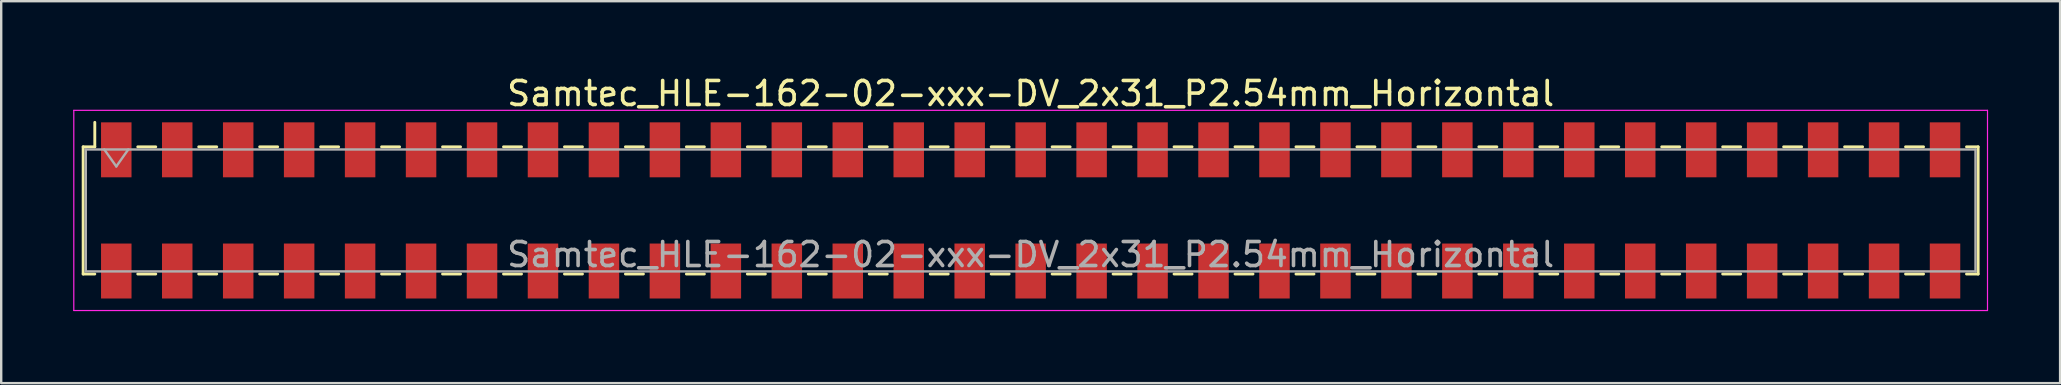
<source format=kicad_pcb>
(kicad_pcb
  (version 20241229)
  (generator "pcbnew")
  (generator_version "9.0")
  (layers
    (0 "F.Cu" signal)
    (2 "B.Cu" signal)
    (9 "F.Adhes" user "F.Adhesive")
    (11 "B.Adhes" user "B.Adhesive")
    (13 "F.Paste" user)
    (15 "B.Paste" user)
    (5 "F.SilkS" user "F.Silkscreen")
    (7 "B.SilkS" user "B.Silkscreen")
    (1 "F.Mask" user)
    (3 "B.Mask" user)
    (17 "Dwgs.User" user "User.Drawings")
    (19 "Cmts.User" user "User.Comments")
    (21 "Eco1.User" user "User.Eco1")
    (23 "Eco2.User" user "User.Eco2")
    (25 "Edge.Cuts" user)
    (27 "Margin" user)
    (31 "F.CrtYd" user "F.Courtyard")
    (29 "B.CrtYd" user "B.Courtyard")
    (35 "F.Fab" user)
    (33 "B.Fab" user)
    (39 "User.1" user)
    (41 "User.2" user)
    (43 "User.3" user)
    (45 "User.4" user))
  (footprint "Samtec_HLE-162-02-xxx-DV_2x31_P2.54mm_Horizontal"
    (layer "F.Cu")
    (at 39.895 5.718)
    (property "Reference" "Samtec_HLE-162-02-xxx-DV_2x31_P2.54mm_Horizontal" (at 0 -4.87 0) (layer "F.SilkS") (effects (font (size 1 1) (thickness 0.15))))
    (attr smd)
    (fp_line (start -39.48 -2.65) (end -39.48 2.65) (stroke (width 0.12) (type solid)) (layer "F.SilkS"))
    (fp_line (start -39.48 2.65) (end -38.995 2.65) (stroke (width 0.12) (type solid)) (layer "F.SilkS"))
    (fp_line (start -38.995 -3.67) (end -38.995 -2.65) (stroke (width 0.12) (type solid)) (layer "F.SilkS"))
    (fp_line (start -38.995 -2.65) (end -39.48 -2.65) (stroke (width 0.12) (type solid)) (layer "F.SilkS"))
    (fp_line (start -37.205 -2.65) (end -36.455 -2.65) (stroke (width 0.12) (type solid)) (layer "F.SilkS"))
    (fp_line (start -37.205 2.65) (end -36.455 2.65) (stroke (width 0.12) (type solid)) (layer "F.SilkS"))
    (fp_line (start -34.665 -2.65) (end -33.915 -2.65) (stroke (width 0.12) (type solid)) (layer "F.SilkS"))
    (fp_line (start -34.665 2.65) (end -33.915 2.65) (stroke (width 0.12) (type solid)) (layer "F.SilkS"))
    (fp_line (start -32.125 -2.65) (end -31.375 -2.65) (stroke (width 0.12) (type solid)) (layer "F.SilkS"))
    (fp_line (start -32.125 2.65) (end -31.375 2.65) (stroke (width 0.12) (type solid)) (layer "F.SilkS"))
    (fp_line (start -29.585 -2.65) (end -28.835 -2.65) (stroke (width 0.12) (type solid)) (layer "F.SilkS"))
    (fp_line (start -29.585 2.65) (end -28.835 2.65) (stroke (width 0.12) (type solid)) (layer "F.SilkS"))
    (fp_line (start -27.045 -2.65) (end -26.295 -2.65) (stroke (width 0.12) (type solid)) (layer "F.SilkS"))
    (fp_line (start -27.045 2.65) (end -26.295 2.65) (stroke (width 0.12) (type solid)) (layer "F.SilkS"))
    (fp_line (start -24.505 -2.65) (end -23.755 -2.65) (stroke (width 0.12) (type solid)) (layer "F.SilkS"))
    (fp_line (start -24.505 2.65) (end -23.755 2.65) (stroke (width 0.12) (type solid)) (layer "F.SilkS"))
    (fp_line (start -21.965 -2.65) (end -21.215 -2.65) (stroke (width 0.12) (type solid)) (layer "F.SilkS"))
    (fp_line (start -21.965 2.65) (end -21.215 2.65) (stroke (width 0.12) (type solid)) (layer "F.SilkS"))
    (fp_line (start -19.425 -2.65) (end -18.675 -2.65) (stroke (width 0.12) (type solid)) (layer "F.SilkS"))
    (fp_line (start -19.425 2.65) (end -18.675 2.65) (stroke (width 0.12) (type solid)) (layer "F.SilkS"))
    (fp_line (start -16.885 -2.65) (end -16.135 -2.65) (stroke (width 0.12) (type solid)) (layer "F.SilkS"))
    (fp_line (start -16.885 2.65) (end -16.135 2.65) (stroke (width 0.12) (type solid)) (layer "F.SilkS"))
    (fp_line (start -14.345 -2.65) (end -13.595 -2.65) (stroke (width 0.12) (type solid)) (layer "F.SilkS"))
    (fp_line (start -14.345 2.65) (end -13.595 2.65) (stroke (width 0.12) (type solid)) (layer "F.SilkS"))
    (fp_line (start -11.805 -2.65) (end -11.055 -2.65) (stroke (width 0.12) (type solid)) (layer "F.SilkS"))
    (fp_line (start -11.805 2.65) (end -11.055 2.65) (stroke (width 0.12) (type solid)) (layer "F.SilkS"))
    (fp_line (start -9.265 -2.65) (end -8.515 -2.65) (stroke (width 0.12) (type solid)) (layer "F.SilkS"))
    (fp_line (start -9.265 2.65) (end -8.515 2.65) (stroke (width 0.12) (type solid)) (layer "F.SilkS"))
    (fp_line (start -6.725 -2.65) (end -5.975 -2.65) (stroke (width 0.12) (type solid)) (layer "F.SilkS"))
    (fp_line (start -6.725 2.65) (end -5.975 2.65) (stroke (width 0.12) (type solid)) (layer "F.SilkS"))
    (fp_line (start -4.185 -2.65) (end -3.435 -2.65) (stroke (width 0.12) (type solid)) (layer "F.SilkS"))
    (fp_line (start -4.185 2.65) (end -3.435 2.65) (stroke (width 0.12) (type solid)) (layer "F.SilkS"))
    (fp_line (start -1.645 -2.65) (end -0.895 -2.65) (stroke (width 0.12) (type solid)) (layer "F.SilkS"))
    (fp_line (start -1.645 2.65) (end -0.895 2.65) (stroke (width 0.12) (type solid)) (layer "F.SilkS"))
    (fp_line (start 0.895 -2.65) (end 1.645 -2.65) (stroke (width 0.12) (type solid)) (layer "F.SilkS"))
    (fp_line (start 0.895 2.65) (end 1.645 2.65) (stroke (width 0.12) (type solid)) (layer "F.SilkS"))
    (fp_line (start 3.435 -2.65) (end 4.185 -2.65) (stroke (width 0.12) (type solid)) (layer "F.SilkS"))
    (fp_line (start 3.435 2.65) (end 4.185 2.65) (stroke (width 0.12) (type solid)) (layer "F.SilkS"))
    (fp_line (start 5.975 -2.65) (end 6.725 -2.65) (stroke (width 0.12) (type solid)) (layer "F.SilkS"))
    (fp_line (start 5.975 2.65) (end 6.725 2.65) (stroke (width 0.12) (type solid)) (layer "F.SilkS"))
    (fp_line (start 8.515 -2.65) (end 9.265 -2.65) (stroke (width 0.12) (type solid)) (layer "F.SilkS"))
    (fp_line (start 8.515 2.65) (end 9.265 2.65) (stroke (width 0.12) (type solid)) (layer "F.SilkS"))
    (fp_line (start 11.055 -2.65) (end 11.805 -2.65) (stroke (width 0.12) (type solid)) (layer "F.SilkS"))
    (fp_line (start 11.055 2.65) (end 11.805 2.65) (stroke (width 0.12) (type solid)) (layer "F.SilkS"))
    (fp_line (start 13.595 -2.65) (end 14.345 -2.65) (stroke (width 0.12) (type solid)) (layer "F.SilkS"))
    (fp_line (start 13.595 2.65) (end 14.345 2.65) (stroke (width 0.12) (type solid)) (layer "F.SilkS"))
    (fp_line (start 16.135 -2.65) (end 16.885 -2.65) (stroke (width 0.12) (type solid)) (layer "F.SilkS"))
    (fp_line (start 16.135 2.65) (end 16.885 2.65) (stroke (width 0.12) (type solid)) (layer "F.SilkS"))
    (fp_line (start 18.675 -2.65) (end 19.425 -2.65) (stroke (width 0.12) (type solid)) (layer "F.SilkS"))
    (fp_line (start 18.675 2.65) (end 19.425 2.65) (stroke (width 0.12) (type solid)) (layer "F.SilkS"))
    (fp_line (start 21.215 -2.65) (end 21.965 -2.65) (stroke (width 0.12) (type solid)) (layer "F.SilkS"))
    (fp_line (start 21.215 2.65) (end 21.965 2.65) (stroke (width 0.12) (type solid)) (layer "F.SilkS"))
    (fp_line (start 23.755 -2.65) (end 24.505 -2.65) (stroke (width 0.12) (type solid)) (layer "F.SilkS"))
    (fp_line (start 23.755 2.65) (end 24.505 2.65) (stroke (width 0.12) (type solid)) (layer "F.SilkS"))
    (fp_line (start 26.295 -2.65) (end 27.045 -2.65) (stroke (width 0.12) (type solid)) (layer "F.SilkS"))
    (fp_line (start 26.295 2.65) (end 27.045 2.65) (stroke (width 0.12) (type solid)) (layer "F.SilkS"))
    (fp_line (start 28.835 -2.65) (end 29.585 -2.65) (stroke (width 0.12) (type solid)) (layer "F.SilkS"))
    (fp_line (start 28.835 2.65) (end 29.585 2.65) (stroke (width 0.12) (type solid)) (layer "F.SilkS"))
    (fp_line (start 31.375 -2.65) (end 32.125 -2.65) (stroke (width 0.12) (type solid)) (layer "F.SilkS"))
    (fp_line (start 31.375 2.65) (end 32.125 2.65) (stroke (width 0.12) (type solid)) (layer "F.SilkS"))
    (fp_line (start 33.915 -2.65) (end 34.665 -2.65) (stroke (width 0.12) (type solid)) (layer "F.SilkS"))
    (fp_line (start 33.915 2.65) (end 34.665 2.65) (stroke (width 0.12) (type solid)) (layer "F.SilkS"))
    (fp_line (start 36.455 -2.65) (end 37.205 -2.65) (stroke (width 0.12) (type solid)) (layer "F.SilkS"))
    (fp_line (start 36.455 2.65) (end 37.205 2.65) (stroke (width 0.12) (type solid)) (layer "F.SilkS"))
    (fp_line (start 38.995 -2.65) (end 39.48 -2.65) (stroke (width 0.12) (type solid)) (layer "F.SilkS"))
    (fp_line (start 39.48 -2.65) (end 39.48 2.65) (stroke (width 0.12) (type solid)) (layer "F.SilkS"))
    (fp_line (start 39.48 2.65) (end 38.995 2.65) (stroke (width 0.12) (type solid)) (layer "F.SilkS"))
    (fp_line (start -39.87 -4.17) (end 39.87 -4.17) (stroke (width 0.05) (type solid)) (layer "F.CrtYd"))
    (fp_line (start -39.87 4.17) (end -39.87 -4.17) (stroke (width 0.05) (type solid)) (layer "F.CrtYd"))
    (fp_line (start 39.87 -4.17) (end 39.87 4.17) (stroke (width 0.05) (type solid)) (layer "F.CrtYd"))
    (fp_line (start 39.87 4.17) (end -39.87 4.17) (stroke (width 0.05) (type solid)) (layer "F.CrtYd"))
    (fp_line (start -39.37 -2.54) (end 39.37 -2.54) (stroke (width 0.1) (type solid)) (layer "F.Fab"))
    (fp_line (start -39.37 2.54) (end -39.37 -2.54) (stroke (width 0.1) (type solid)) (layer "F.Fab"))
    (fp_line (start -38.6 -2.54) (end -38.1 -1.833) (stroke (width 0.1) (type solid)) (layer "F.Fab"))
    (fp_line (start -38.1 -1.833) (end -37.6 -2.54) (stroke (width 0.1) (type solid)) (layer "F.Fab"))
    (fp_line (start 39.37 -2.54) (end 39.37 2.54) (stroke (width 0.1) (type solid)) (layer "F.Fab"))
    (fp_line (start 39.37 2.54) (end -39.37 2.54) (stroke (width 0.1) (type solid)) (layer "F.Fab"))
    (fp_text user "${REFERENCE}" (at 0 1.84 0) (layer "F.Fab") (effects (font (size 1 1) (thickness 0.15))))
    (pad "1" smd rect (at -38.1 -2.525) (size 1.27 2.29) (layers "F.Cu" "F.Mask" "F.Paste"))
    (pad "2" smd rect (at -38.1 2.525) (size 1.27 2.29) (layers "F.Cu" "F.Mask" "F.Paste"))
    (pad "3" smd rect (at -35.56 -2.525) (size 1.27 2.29) (layers "F.Cu" "F.Mask" "F.Paste"))
    (pad "4" smd rect (at -35.56 2.525) (size 1.27 2.29) (layers "F.Cu" "F.Mask" "F.Paste"))
    (pad "5" smd rect (at -33.02 -2.525) (size 1.27 2.29) (layers "F.Cu" "F.Mask" "F.Paste"))
    (pad "6" smd rect (at -33.02 2.525) (size 1.27 2.29) (layers "F.Cu" "F.Mask" "F.Paste"))
    (pad "7" smd rect (at -30.48 -2.525) (size 1.27 2.29) (layers "F.Cu" "F.Mask" "F.Paste"))
    (pad "8" smd rect (at -30.48 2.525) (size 1.27 2.29) (layers "F.Cu" "F.Mask" "F.Paste"))
    (pad "9" smd rect (at -27.94 -2.525) (size 1.27 2.29) (layers "F.Cu" "F.Mask" "F.Paste"))
    (pad "10" smd rect (at -27.94 2.525) (size 1.27 2.29) (layers "F.Cu" "F.Mask" "F.Paste"))
    (pad "11" smd rect (at -25.4 -2.525) (size 1.27 2.29) (layers "F.Cu" "F.Mask" "F.Paste"))
    (pad "12" smd rect (at -25.4 2.525) (size 1.27 2.29) (layers "F.Cu" "F.Mask" "F.Paste"))
    (pad "13" smd rect (at -22.86 -2.525) (size 1.27 2.29) (layers "F.Cu" "F.Mask" "F.Paste"))
    (pad "14" smd rect (at -22.86 2.525) (size 1.27 2.29) (layers "F.Cu" "F.Mask" "F.Paste"))
    (pad "15" smd rect (at -20.32 -2.525) (size 1.27 2.29) (layers "F.Cu" "F.Mask" "F.Paste"))
    (pad "16" smd rect (at -20.32 2.525) (size 1.27 2.29) (layers "F.Cu" "F.Mask" "F.Paste"))
    (pad "17" smd rect (at -17.78 -2.525) (size 1.27 2.29) (layers "F.Cu" "F.Mask" "F.Paste"))
    (pad "18" smd rect (at -17.78 2.525) (size 1.27 2.29) (layers "F.Cu" "F.Mask" "F.Paste"))
    (pad "19" smd rect (at -15.24 -2.525) (size 1.27 2.29) (layers "F.Cu" "F.Mask" "F.Paste"))
    (pad "20" smd rect (at -15.24 2.525) (size 1.27 2.29) (layers "F.Cu" "F.Mask" "F.Paste"))
    (pad "21" smd rect (at -12.7 -2.525) (size 1.27 2.29) (layers "F.Cu" "F.Mask" "F.Paste"))
    (pad "22" smd rect (at -12.7 2.525) (size 1.27 2.29) (layers "F.Cu" "F.Mask" "F.Paste"))
    (pad "23" smd rect (at -10.16 -2.525) (size 1.27 2.29) (layers "F.Cu" "F.Mask" "F.Paste"))
    (pad "24" smd rect (at -10.16 2.525) (size 1.27 2.29) (layers "F.Cu" "F.Mask" "F.Paste"))
    (pad "25" smd rect (at -7.62 -2.525) (size 1.27 2.29) (layers "F.Cu" "F.Mask" "F.Paste"))
    (pad "26" smd rect (at -7.62 2.525) (size 1.27 2.29) (layers "F.Cu" "F.Mask" "F.Paste"))
    (pad "27" smd rect (at -5.08 -2.525) (size 1.27 2.29) (layers "F.Cu" "F.Mask" "F.Paste"))
    (pad "28" smd rect (at -5.08 2.525) (size 1.27 2.29) (layers "F.Cu" "F.Mask" "F.Paste"))
    (pad "29" smd rect (at -2.54 -2.525) (size 1.27 2.29) (layers "F.Cu" "F.Mask" "F.Paste"))
    (pad "30" smd rect (at -2.54 2.525) (size 1.27 2.29) (layers "F.Cu" "F.Mask" "F.Paste"))
    (pad "31" smd rect (at 0 -2.525) (size 1.27 2.29) (layers "F.Cu" "F.Mask" "F.Paste"))
    (pad "32" smd rect (at 0 2.525) (size 1.27 2.29) (layers "F.Cu" "F.Mask" "F.Paste"))
    (pad "33" smd rect (at 2.54 -2.525) (size 1.27 2.29) (layers "F.Cu" "F.Mask" "F.Paste"))
    (pad "34" smd rect (at 2.54 2.525) (size 1.27 2.29) (layers "F.Cu" "F.Mask" "F.Paste"))
    (pad "35" smd rect (at 5.08 -2.525) (size 1.27 2.29) (layers "F.Cu" "F.Mask" "F.Paste"))
    (pad "36" smd rect (at 5.08 2.525) (size 1.27 2.29) (layers "F.Cu" "F.Mask" "F.Paste"))
    (pad "37" smd rect (at 7.62 -2.525) (size 1.27 2.29) (layers "F.Cu" "F.Mask" "F.Paste"))
    (pad "38" smd rect (at 7.62 2.525) (size 1.27 2.29) (layers "F.Cu" "F.Mask" "F.Paste"))
    (pad "39" smd rect (at 10.16 -2.525) (size 1.27 2.29) (layers "F.Cu" "F.Mask" "F.Paste"))
    (pad "40" smd rect (at 10.16 2.525) (size 1.27 2.29) (layers "F.Cu" "F.Mask" "F.Paste"))
    (pad "41" smd rect (at 12.7 -2.525) (size 1.27 2.29) (layers "F.Cu" "F.Mask" "F.Paste"))
    (pad "42" smd rect (at 12.7 2.525) (size 1.27 2.29) (layers "F.Cu" "F.Mask" "F.Paste"))
    (pad "43" smd rect (at 15.24 -2.525) (size 1.27 2.29) (layers "F.Cu" "F.Mask" "F.Paste"))
    (pad "44" smd rect (at 15.24 2.525) (size 1.27 2.29) (layers "F.Cu" "F.Mask" "F.Paste"))
    (pad "45" smd rect (at 17.78 -2.525) (size 1.27 2.29) (layers "F.Cu" "F.Mask" "F.Paste"))
    (pad "46" smd rect (at 17.78 2.525) (size 1.27 2.29) (layers "F.Cu" "F.Mask" "F.Paste"))
    (pad "47" smd rect (at 20.32 -2.525) (size 1.27 2.29) (layers "F.Cu" "F.Mask" "F.Paste"))
    (pad "48" smd rect (at 20.32 2.525) (size 1.27 2.29) (layers "F.Cu" "F.Mask" "F.Paste"))
    (pad "49" smd rect (at 22.86 -2.525) (size 1.27 2.29) (layers "F.Cu" "F.Mask" "F.Paste"))
    (pad "50" smd rect (at 22.86 2.525) (size 1.27 2.29) (layers "F.Cu" "F.Mask" "F.Paste"))
    (pad "51" smd rect (at 25.4 -2.525) (size 1.27 2.29) (layers "F.Cu" "F.Mask" "F.Paste"))
    (pad "52" smd rect (at 25.4 2.525) (size 1.27 2.29) (layers "F.Cu" "F.Mask" "F.Paste"))
    (pad "53" smd rect (at 27.94 -2.525) (size 1.27 2.29) (layers "F.Cu" "F.Mask" "F.Paste"))
    (pad "54" smd rect (at 27.94 2.525) (size 1.27 2.29) (layers "F.Cu" "F.Mask" "F.Paste"))
    (pad "55" smd rect (at 30.48 -2.525) (size 1.27 2.29) (layers "F.Cu" "F.Mask" "F.Paste"))
    (pad "56" smd rect (at 30.48 2.525) (size 1.27 2.29) (layers "F.Cu" "F.Mask" "F.Paste"))
    (pad "57" smd rect (at 33.02 -2.525) (size 1.27 2.29) (layers "F.Cu" "F.Mask" "F.Paste"))
    (pad "58" smd rect (at 33.02 2.525) (size 1.27 2.29) (layers "F.Cu" "F.Mask" "F.Paste"))
    (pad "59" smd rect (at 35.56 -2.525) (size 1.27 2.29) (layers "F.Cu" "F.Mask" "F.Paste"))
    (pad "60" smd rect (at 35.56 2.525) (size 1.27 2.29) (layers "F.Cu" "F.Mask" "F.Paste"))
    (pad "61" smd rect (at 38.1 -2.525) (size 1.27 2.29) (layers "F.Cu" "F.Mask" "F.Paste"))
    (pad "62" smd rect (at 38.1 2.525) (size 1.27 2.29) (layers "F.Cu" "F.Mask" "F.Paste")))
  (gr_rect
    (start -3 -3)
    (end 82.79 12.913)
    (stroke (width 0.1) (type default))
    (fill no)
    (layer "Edge.Cuts")))
</source>
